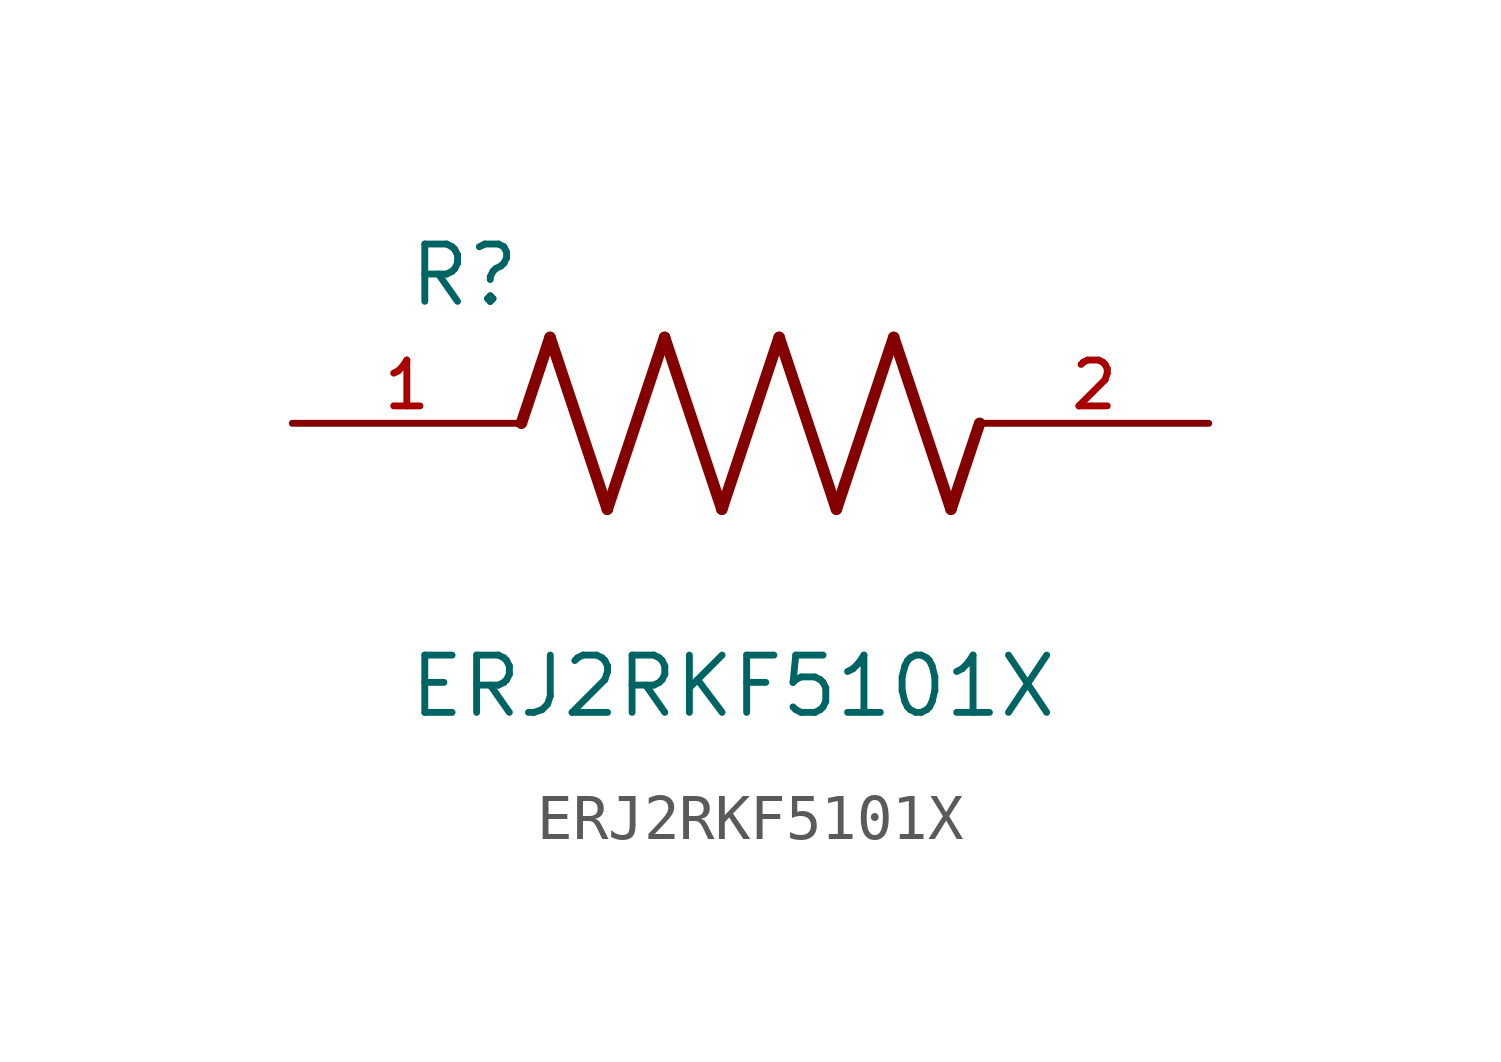
<source format=kicad_sym>
(kicad_symbol_lib
  (version 20211014)
  (generator kicad_symbol_editor)
  (symbol "ERJ2RKF5101X"
    (pin_names
      (offset 1.016))
    (property "Reference" "R"
      (at -7.624 2.541 0)
      (effects (font (size 1.27 1.27)) (justify bottom left)))
    (property "Value" "ERJ2RKF5101X"
      (at -7.624 -5.087 0)
      (effects (font (size 1.27 1.27)) (justify top left)))
    (symbol "ERJ2RKF5101X_0_0"
      (polyline (pts (xy -5.08 0.0) (xy -4.445 1.905)) (stroke (width 0.254)))
      (polyline (pts (xy -4.445 1.905) (xy -3.175 -1.905)) (stroke (width 0.254)))
      (polyline (pts (xy -3.175 -1.905) (xy -1.905 1.905)) (stroke (width 0.254)))
      (polyline (pts (xy -1.905 1.905) (xy -0.635 -1.905)) (stroke (width 0.254)))
      (polyline (pts (xy -0.635 -1.905) (xy 0.635 1.905)) (stroke (width 0.254)))
      (polyline (pts (xy 0.635 1.905) (xy 1.905 -1.905)) (stroke (width 0.254)))
      (polyline (pts (xy 1.905 -1.905) (xy 3.175 1.905)) (stroke (width 0.254)))
      (polyline (pts (xy 3.175 1.905) (xy 4.445 -1.905)) (stroke (width 0.254)))
      (polyline (pts (xy 4.445 -1.905) (xy 5.08 0.0)) (stroke (width 0.254)))
      (pin passive line (at -10.16 0.0 0) (length 5.08) (name "~" (effects (font (size 1.016 1.016)))) (number "1" (effects (font (size 1.016 1.016)))))
      (pin passive line (at 10.16 0.0 180.0) (length 5.08) (name "~" (effects (font (size 1.016 1.016)))) (number "2" (effects (font (size 1.016 1.016))))))))
</source>
